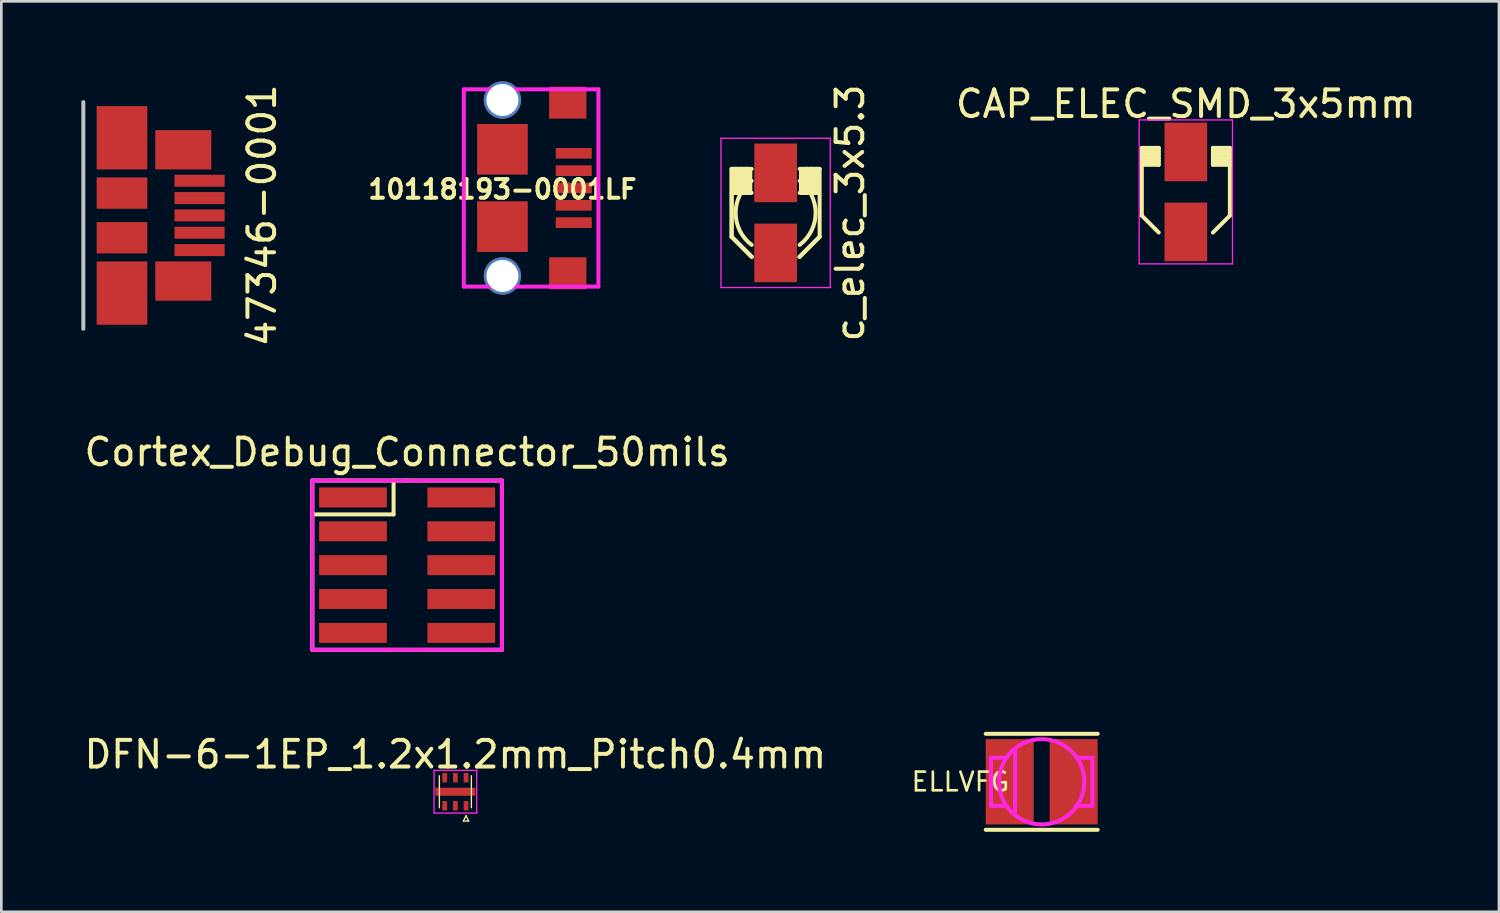
<source format=kicad_pcb>
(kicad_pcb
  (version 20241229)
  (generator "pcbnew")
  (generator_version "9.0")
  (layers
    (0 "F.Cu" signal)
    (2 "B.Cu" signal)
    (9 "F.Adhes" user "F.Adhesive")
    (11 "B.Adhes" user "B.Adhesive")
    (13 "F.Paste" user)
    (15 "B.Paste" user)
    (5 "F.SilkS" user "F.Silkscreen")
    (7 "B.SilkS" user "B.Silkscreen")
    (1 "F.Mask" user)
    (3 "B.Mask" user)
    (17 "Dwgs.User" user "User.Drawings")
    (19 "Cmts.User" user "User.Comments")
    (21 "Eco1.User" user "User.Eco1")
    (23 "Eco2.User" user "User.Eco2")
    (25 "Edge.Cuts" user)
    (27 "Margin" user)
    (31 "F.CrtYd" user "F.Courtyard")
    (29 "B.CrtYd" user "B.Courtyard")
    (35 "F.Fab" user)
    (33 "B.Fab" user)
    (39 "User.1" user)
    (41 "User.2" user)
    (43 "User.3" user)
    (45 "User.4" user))
  (footprint "Cortex_Debug_Connector_50mils"
    (layer "F.Cu")
    (at 12.22 15.608)
    (property "Reference" "Cortex_Debug_Connector_50mils" (at 0 -1.7 0) (layer "F.SilkS") (effects (font (size 1 1) (thickness 0.15))))
    (attr through_hole)
    (fp_line (start -3.556 -0.635) (end -3.556 0.635) (stroke (width 0.15) (type solid)) (layer "F.SilkS"))
    (fp_line (start -3.556 0.635) (end -3.556 5.715) (stroke (width 0.15) (type solid)) (layer "F.SilkS"))
    (fp_line (start -3.556 0.635) (end -0.508 0.635) (stroke (width 0.15) (type solid)) (layer "F.SilkS"))
    (fp_line (start -3.556 5.715) (end 3.556 5.715) (stroke (width 0.15) (type solid)) (layer "F.SilkS"))
    (fp_line (start -0.508 0.635) (end -0.508 -0.635) (stroke (width 0.15) (type solid)) (layer "F.SilkS"))
    (fp_line (start 0 -0.635) (end -3.556 -0.635) (stroke (width 0.15) (type solid)) (layer "F.SilkS"))
    (fp_line (start 3.556 -0.635) (end 0 -0.635) (stroke (width 0.15) (type solid)) (layer "F.SilkS"))
    (fp_line (start 3.556 5.715) (end 3.556 -0.635) (stroke (width 0.15) (type solid)) (layer "F.SilkS"))
    (fp_line (start -3.556 -0.635) (end 3.556 -0.635) (stroke (width 0.15) (type solid)) (layer "F.CrtYd"))
    (fp_line (start -3.556 5.715) (end -3.556 -0.635) (stroke (width 0.15) (type solid)) (layer "F.CrtYd"))
    (fp_line (start 3.556 -0.635) (end 3.556 5.715) (stroke (width 0.15) (type solid)) (layer "F.CrtYd"))
    (fp_line (start 3.556 5.715) (end -3.556 5.715) (stroke (width 0.15) (type solid)) (layer "F.CrtYd"))
    (pad "1" smd rect (at -2.03 0) (size 2.54 0.75) (layers "F.Cu" "F.Mask" "F.Paste"))
    (pad "2" smd rect (at 2.03 0) (size 2.54 0.75) (layers "F.Cu" "F.Mask" "F.Paste"))
    (pad "3" smd rect (at -2.03 1.27) (size 2.54 0.75) (layers "F.Cu" "F.Mask" "F.Paste"))
    (pad "4" smd rect (at 2.03 1.27) (size 2.54 0.75) (layers "F.Cu" "F.Mask" "F.Paste"))
    (pad "5" smd rect (at -2.03 2.54) (size 2.54 0.75) (layers "F.Cu" "F.Mask" "F.Paste"))
    (pad "6" smd rect (at 2.03 2.54) (size 2.54 0.75) (layers "F.Cu" "F.Mask" "F.Paste"))
    (pad "7" smd rect (at -2.03 3.81) (size 2.54 0.75) (layers "F.Cu" "F.Mask" "F.Paste"))
    (pad "8" smd rect (at 2.03 3.81) (size 2.54 0.75) (layers "F.Cu" "F.Mask" "F.Paste"))
    (pad "9" smd rect (at -2.03 5.08) (size 2.54 0.75) (layers "F.Cu" "F.Mask" "F.Paste"))
    (pad "10" smd rect (at 2.03 5.08) (size 2.54 0.75) (layers "F.Cu" "F.Mask" "F.Paste")))
  (footprint "CAP_ELEC_SMD_3x5mm"
    (layer "F.Cu")
    (at 41.428 4.148)
    (property "Reference" "CAP_ELEC_SMD_3x5mm" (at 0 -3.3 0) (layer "F.SilkS") (effects (font (size 1 1) (thickness 0.15))))
    (attr smd)
    (fp_line (start -1.651 -1.651) (end -1.651 0.889) (stroke (width 0.15) (type solid)) (layer "F.SilkS"))
    (fp_line (start -1.651 0.889) (end -1.016 1.524) (stroke (width 0.15) (type solid)) (layer "F.SilkS"))
    (fp_line (start -1.016 -1.651) (end -1.651 -1.651) (stroke (width 0.15) (type solid)) (layer "F.SilkS"))
    (fp_line (start -1.016 -1.651) (end -1.016 -1.016) (stroke (width 0.15) (type solid)) (layer "F.SilkS"))
    (fp_line (start -1.016 -1.524) (end -1.651 -1.524) (stroke (width 0.15) (type solid)) (layer "F.SilkS"))
    (fp_line (start -1.016 -1.397) (end -1.651 -1.397) (stroke (width 0.15) (type solid)) (layer "F.SilkS"))
    (fp_line (start -1.016 -1.27) (end -1.651 -1.27) (stroke (width 0.15) (type solid)) (layer "F.SilkS"))
    (fp_line (start -1.016 -1.143) (end -1.651 -1.143) (stroke (width 0.15) (type solid)) (layer "F.SilkS"))
    (fp_line (start -1.016 -1.016) (end -1.651 -1.016) (stroke (width 0.15) (type solid)) (layer "F.SilkS"))
    (fp_line (start 1.016 -1.651) (end 1.016 -1.016) (stroke (width 0.15) (type solid)) (layer "F.SilkS"))
    (fp_line (start 1.016 -1.651) (end 1.651 -1.651) (stroke (width 0.15) (type solid)) (layer "F.SilkS"))
    (fp_line (start 1.016 -1.524) (end 1.651 -1.524) (stroke (width 0.15) (type solid)) (layer "F.SilkS"))
    (fp_line (start 1.016 -1.27) (end 1.651 -1.27) (stroke (width 0.15) (type solid)) (layer "F.SilkS"))
    (fp_line (start 1.016 -1.016) (end 1.651 -1.016) (stroke (width 0.15) (type solid)) (layer "F.SilkS"))
    (fp_line (start 1.651 -1.397) (end 1.016 -1.397) (stroke (width 0.15) (type solid)) (layer "F.SilkS"))
    (fp_line (start 1.651 -1.143) (end 1.016 -1.143) (stroke (width 0.15) (type solid)) (layer "F.SilkS"))
    (fp_line (start 1.651 0.889) (end 1.016 1.524) (stroke (width 0.15) (type solid)) (layer "F.SilkS"))
    (fp_line (start 1.651 0.889) (end 1.651 -1.651) (stroke (width 0.15) (type solid)) (layer "F.SilkS"))
    (fp_line (start -1.75 -2.7) (end -1.75 2.7) (stroke (width 0.05) (type solid)) (layer "F.CrtYd"))
    (fp_line (start -1.75 2.7) (end 1.75 2.7) (stroke (width 0.05) (type solid)) (layer "F.CrtYd"))
    (fp_line (start 1.75 -2.7) (end -1.75 -2.7) (stroke (width 0.05) (type solid)) (layer "F.CrtYd"))
    (fp_line (start 1.75 2.7) (end 1.75 -2.7) (stroke (width 0.05) (type solid)) (layer "F.CrtYd"))
    (pad "1" smd rect (at 0 1.5 270) (size 2.2 1.6) (layers "F.Cu" "F.Mask" "F.Paste"))
    (pad "2" smd rect (at 0 -1.5 270) (size 2.2 1.6) (layers "F.Cu" "F.Mask" "F.Paste")))
  (footprint "47346-0001"
    (layer "F.Cu")
    (at 1.525 5.03)
    (property "Reference" "47346-0001" (at 5.25 0 90) (layer "F.SilkS") (effects (font (size 1 1) (thickness 0.15))))
    (attr through_hole)
    (fp_line (start -1.45 -4.25) (end -1.45 4.25) (stroke (width 0.15) (type solid)) (layer "Dwgs.User"))
    (pad "1" smd rect (at 2.91 -1.3) (size 1.88 0.45) (layers "F.Cu" "F.Mask" "F.Paste"))
    (pad "2" smd rect (at 2.91 -0.65) (size 1.88 0.45) (layers "F.Cu" "F.Mask" "F.Paste"))
    (pad "3" smd rect (at 2.91 0) (size 1.88 0.45) (layers "F.Cu" "F.Mask" "F.Paste"))
    (pad "4" smd rect (at 2.91 0.65) (size 1.88 0.45) (layers "F.Cu" "F.Mask" "F.Paste"))
    (pad "5" smd rect (at 2.91 1.3) (size 1.88 0.45) (layers "F.Cu" "F.Mask" "F.Paste"))
    (pad "6" smd rect (at 0 -2.913) (size 1.9 2.375) (layers "F.Cu" "F.Mask" "F.Paste"))
    (pad "6" smd rect (at 0 -0.838) (size 1.9 1.175) (layers "F.Cu" "F.Mask" "F.Paste"))
    (pad "6" smd rect (at 0 0.838) (size 1.9 1.175) (layers "F.Cu" "F.Mask" "F.Paste"))
    (pad "6" smd rect (at 0 2.913) (size 1.9 2.375) (layers "F.Cu" "F.Mask" "F.Paste"))
    (pad "6" smd rect (at 2.3 -2.462) (size 2.1 1.475) (layers "F.Cu" "F.Mask" "F.Paste"))
    (pad "6" smd rect (at 2.3 2.462) (size 2.1 1.475) (layers "F.Cu" "F.Mask" "F.Paste")))
  (footprint "10118193-0001LF"
    (layer "F.Cu")
    (at 15.795 4)
    (property "Reference" "10118193-0001LF" (at 0 0.051 180) (layer "F.SilkS") (effects (font (size 0.7 0.7) (thickness 0.15))))
    (attr through_hole)
    (fp_line (start -1.45 -3.7) (end -1.45 3.7) (stroke (width 0.15) (type solid)) (layer "F.CrtYd"))
    (fp_line (start -1.45 -3.7) (end 3.6 -3.7) (stroke (width 0.15) (type solid)) (layer "F.CrtYd"))
    (fp_line (start 3.6 -3.7) (end 3.6 3.7) (stroke (width 0.15) (type solid)) (layer "F.CrtYd"))
    (fp_line (start 3.6 3.7) (end -1.45 3.7) (stroke (width 0.15) (type solid)) (layer "F.CrtYd"))
    (pad "1" smd rect (at 2.675 -1.3) (size 1.35 0.4) (layers "F.Cu" "F.Mask" "F.Paste"))
    (pad "2" smd rect (at 2.675 -0.65) (size 1.35 0.4) (layers "F.Cu" "F.Mask" "F.Paste"))
    (pad "3" smd rect (at 2.675 0) (size 1.35 0.4) (layers "F.Cu" "F.Mask" "F.Paste"))
    (pad "4" smd rect (at 2.675 0.65) (size 1.35 0.4) (layers "F.Cu" "F.Mask" "F.Paste"))
    (pad "5" smd rect (at 2.675 1.3) (size 1.35 0.4) (layers "F.Cu" "F.Mask" "F.Paste"))
    (pad "6" thru_hole circle (at 0 -3.3) (size 1.4 1.4) (drill 1.2) (layers "*.Cu" "*.Mask"))
    (pad "6" smd rect (at 0 -1.45) (size 1.9 1.9) (layers "F.Cu" "F.Mask" "F.Paste"))
    (pad "6" smd rect (at 0 1.45) (size 1.9 1.9) (layers "F.Cu" "F.Mask" "F.Paste"))
    (pad "6" thru_hole circle (at 0 3.3) (size 1.4 1.4) (drill 1.2) (layers "*.Cu" "*.Mask"))
    (pad "6" smd rect (at 2.45 -3.2) (size 1.4 1.2) (layers "F.Cu" "F.Mask" "F.Paste"))
    (pad "6" smd rect (at 2.45 3.2) (size 1.4 1.2) (layers "F.Cu" "F.Mask" "F.Paste")))
  (footprint "ELLVFG"
    (layer "F.Cu")
    (at 36.021 26.273)
    (property "Reference" "ELLVFG" (at -3.048 0 180) (layer "F.SilkS") (effects (font (size 0.7 0.7) (thickness 0.1))))
    (attr smd)
    (fp_line (start -2.1 -1.8) (end 2.1 -1.8) (stroke (width 0.15) (type solid)) (layer "F.SilkS"))
    (fp_line (start -2.1 1.8) (end 2.1 1.8) (stroke (width 0.15) (type solid)) (layer "F.SilkS"))
    (fp_line (start -1.9 -0.9) (end -1.9 0.9) (stroke (width 0.15) (type solid)) (layer "F.CrtYd"))
    (fp_line (start -1.9 0.9) (end -1.3 0.9) (stroke (width 0.15) (type solid)) (layer "F.CrtYd"))
    (fp_line (start -1.3 -0.9) (end -1.9 -0.9) (stroke (width 0.15) (type solid)) (layer "F.CrtYd"))
    (fp_line (start -1 -1.2) (end -1 1.2) (stroke (width 0.15) (type solid)) (layer "F.CrtYd"))
    (fp_line (start 1.3 -0.9) (end 1.9 -0.9) (stroke (width 0.15) (type solid)) (layer "F.CrtYd"))
    (fp_line (start 1.9 -0.9) (end 1.9 0.9) (stroke (width 0.15) (type solid)) (layer "F.CrtYd"))
    (fp_line (start 1.9 0.9) (end 1.3 0.9) (stroke (width 0.15) (type solid)) (layer "F.CrtYd"))
    (fp_circle (center 0 0) (end -1.6 0) (stroke (width 0.15) (type solid)) (fill no) (layer "F.CrtYd"))
    (pad "1" smd trapezoid (at -1.2 0) (size 1.8 3.2) (layers "F.Cu" "F.Mask" "F.Paste"))
    (pad "2" smd trapezoid (at 1.2 0) (size 1.8 3.2) (layers "F.Cu" "F.Mask" "F.Paste")))
  (footprint "DFN-6-1EP_1.2x1.2mm_Pitch0.4mm"
    (layer "F.Cu")
    (at 14.03 26.646)
    (property "Reference" "DFN-6-1EP_1.2x1.2mm_Pitch0.4mm" (at 0 -1.4 180) (layer "F.SilkS") (effects (font (size 1 1) (thickness 0.15))))
    (attr smd)
    (fp_line (start -0.6 0.6) (end -0.6 -0.6) (stroke (width 0.05) (type solid)) (layer "F.SilkS"))
    (fp_line (start 0.3 1.1) (end 0.4 0.9) (stroke (width 0.05) (type solid)) (layer "F.SilkS"))
    (fp_line (start 0.4 0.9) (end 0.5 1.1) (stroke (width 0.05) (type solid)) (layer "F.SilkS"))
    (fp_line (start 0.5 1.1) (end 0.3 1.1) (stroke (width 0.05) (type solid)) (layer "F.SilkS"))
    (fp_line (start 0.6 0.6) (end 0.6 -0.6) (stroke (width 0.05) (type solid)) (layer "F.SilkS"))
    (fp_line (start -0.8 -0.8) (end -0.8 0.8) (stroke (width 0.05) (type solid)) (layer "F.CrtYd"))
    (fp_line (start -0.8 0.8) (end 0.8 0.8) (stroke (width 0.05) (type solid)) (layer "F.CrtYd"))
    (fp_line (start 0.8 -0.8) (end -0.8 -0.8) (stroke (width 0.05) (type solid)) (layer "F.CrtYd"))
    (fp_line (start 0.8 0.8) (end 0.8 -0.8) (stroke (width 0.05) (type solid)) (layer "F.CrtYd"))
    (pad "1" smd rect (at 0.4 0.525 90) (size 0.35 0.18) (layers "F.Cu" "F.Mask" "F.Paste"))
    (pad "2" smd rect (at 0 0.525 90) (size 0.35 0.18) (layers "F.Cu" "F.Mask" "F.Paste"))
    (pad "3" smd rect (at -0.4 0.525 90) (size 0.35 0.18) (layers "F.Cu" "F.Mask" "F.Paste"))
    (pad "4" smd rect (at -0.4 -0.525 90) (size 0.35 0.18) (layers "F.Cu" "F.Mask" "F.Paste"))
    (pad "5" smd rect (at 0 -0.525 90) (size 0.35 0.18) (layers "F.Cu" "F.Mask" "F.Paste"))
    (pad "6" smd rect (at 0.4 -0.525 90) (size 0.35 0.18) (layers "F.Cu" "F.Mask" "F.Paste"))
    (pad "7" smd rect (at 0 0 90) (size 0.3 1.5) (layers "F.Cu" "F.Mask" "F.Paste")))
  (footprint "c_elec_3x5.3"
    (layer "F.Cu")
    (at 26.042 4.935)
    (property "Reference" "c_elec_3x5.3" (at 2.794 0 270) (layer "F.SilkS") (effects (font (size 1 1) (thickness 0.15))))
    (attr smd)
    (fp_line (start -1.651 -1.651) (end -1.651 0.889) (stroke (width 0.15) (type solid)) (layer "F.SilkS"))
    (fp_line (start -1.651 0.889) (end -0.889 1.651) (stroke (width 0.15) (type solid)) (layer "F.SilkS"))
    (fp_line (start -1.65 -1.65) (end -1.65 0.9) (stroke (width 0.15) (type solid)) (layer "F.SilkS"))
    (fp_line (start -1.65 0.9) (end -0.9 1.65) (stroke (width 0.15) (type solid)) (layer "F.SilkS"))
    (fp_line (start -1.55 -1.65) (end -1.55 -0.75) (stroke (width 0.15) (type solid)) (layer "F.SilkS"))
    (fp_line (start -1.45 -1.65) (end -1.55 -1.65) (stroke (width 0.15) (type solid)) (layer "F.SilkS"))
    (fp_line (start -1.45 -0.75) (end -1.45 -1.65) (stroke (width 0.15) (type solid)) (layer "F.SilkS"))
    (fp_line (start -1.35 -1.65) (end -1.35 -0.75) (stroke (width 0.15) (type solid)) (layer "F.SilkS"))
    (fp_line (start -1.35 -0.75) (end -1.45 -0.75) (stroke (width 0.15) (type solid)) (layer "F.SilkS"))
    (fp_line (start -1.25 -1.65) (end -1.35 -1.65) (stroke (width 0.15) (type solid)) (layer "F.SilkS"))
    (fp_line (start -1.25 -0.75) (end -1.25 -1.65) (stroke (width 0.15) (type solid)) (layer "F.SilkS"))
    (fp_line (start -1.15 -1.65) (end -1.15 -0.75) (stroke (width 0.15) (type solid)) (layer "F.SilkS"))
    (fp_line (start -1.15 -0.75) (end -1.25 -0.75) (stroke (width 0.15) (type solid)) (layer "F.SilkS"))
    (fp_line (start -1.05 -1.65) (end -1.15 -1.65) (stroke (width 0.15) (type solid)) (layer "F.SilkS"))
    (fp_line (start -1.05 -0.75) (end -1.05 -1.65) (stroke (width 0.15) (type solid)) (layer "F.SilkS"))
    (fp_line (start -0.95 -1.65) (end -0.95 -0.75) (stroke (width 0.15) (type solid)) (layer "F.SilkS"))
    (fp_line (start -0.95 -0.75) (end -1.05 -0.75) (stroke (width 0.15) (type solid)) (layer "F.SilkS"))
    (fp_line (start -0.9 -1.65) (end -1.65 -1.65) (stroke (width 0.15) (type solid)) (layer "F.SilkS"))
    (fp_line (start -0.9 -0.75) (end -1.65 -0.75) (stroke (width 0.15) (type solid)) (layer "F.SilkS"))
    (fp_line (start 0.889 1.651) (end 1.651 0.889) (stroke (width 0.15) (type solid)) (layer "F.SilkS"))
    (fp_line (start 0.9 -1.65) (end 1.65 -1.65) (stroke (width 0.15) (type solid)) (layer "F.SilkS"))
    (fp_line (start 0.95 -0.75) (end 0.95 -1.65) (stroke (width 0.15) (type solid)) (layer "F.SilkS"))
    (fp_line (start 1 -1.65) (end 1 -0.75) (stroke (width 0.15) (type solid)) (layer "F.SilkS"))
    (fp_line (start 1 -0.75) (end 1.1 -0.75) (stroke (width 0.15) (type solid)) (layer "F.SilkS"))
    (fp_line (start 1.05 -0.75) (end 1.1 -0.75) (stroke (width 0.15) (type solid)) (layer "F.SilkS"))
    (fp_line (start 1.1 -1.65) (end 1.2 -1.65) (stroke (width 0.15) (type solid)) (layer "F.SilkS"))
    (fp_line (start 1.1 -0.75) (end 1.1 -1.65) (stroke (width 0.15) (type solid)) (layer "F.SilkS"))
    (fp_line (start 1.2 -1.65) (end 1.2 -0.75) (stroke (width 0.15) (type solid)) (layer "F.SilkS"))
    (fp_line (start 1.2 -0.75) (end 1.3 -0.75) (stroke (width 0.15) (type solid)) (layer "F.SilkS"))
    (fp_line (start 1.3 -1.65) (end 1.4 -1.65) (stroke (width 0.15) (type solid)) (layer "F.SilkS"))
    (fp_line (start 1.3 -0.75) (end 1.3 -1.65) (stroke (width 0.15) (type solid)) (layer "F.SilkS"))
    (fp_line (start 1.4 -1.65) (end 1.4 -0.75) (stroke (width 0.15) (type solid)) (layer "F.SilkS"))
    (fp_line (start 1.4 -0.75) (end 1.5 -0.75) (stroke (width 0.15) (type solid)) (layer "F.SilkS"))
    (fp_line (start 1.5 -1.65) (end 1.55 -1.65) (stroke (width 0.15) (type solid)) (layer "F.SilkS"))
    (fp_line (start 1.5 -0.75) (end 1.5 -1.65) (stroke (width 0.15) (type solid)) (layer "F.SilkS"))
    (fp_line (start 1.55 -1.65) (end 1.55 -0.75) (stroke (width 0.15) (type solid)) (layer "F.SilkS"))
    (fp_line (start 1.6 -0.75) (end 0.9 -0.75) (stroke (width 0.15) (type solid)) (layer "F.SilkS"))
    (fp_line (start 1.65 -1.65) (end 1.65 0.9) (stroke (width 0.15) (type solid)) (layer "F.SilkS"))
    (fp_line (start 1.65 0.9) (end 0.9 1.65) (stroke (width 0.15) (type solid)) (layer "F.SilkS"))
    (fp_arc (start -0.9 1.2) (mid -1.5 0) (end -0.9 -1.2) (stroke (width 0.15) (type solid)) (layer "F.SilkS"))
    (fp_arc (start 0.9 -1.2) (mid 1.5 0) (end 0.9 1.2) (stroke (width 0.15) (type solid)) (layer "F.SilkS"))
    (fp_line (start -2.05 -2.8) (end -2.05 2.8) (stroke (width 0.05) (type solid)) (layer "F.CrtYd"))
    (fp_line (start -2.05 2.8) (end 2.05 2.8) (stroke (width 0.05) (type solid)) (layer "F.CrtYd"))
    (fp_line (start 2.05 -2.8) (end -2.05 -2.8) (stroke (width 0.05) (type solid)) (layer "F.CrtYd"))
    (fp_line (start 2.05 2.8) (end 2.05 -2.8) (stroke (width 0.05) (type solid)) (layer "F.CrtYd"))
    (pad "1" smd rect (at 0 1.501 270) (size 2.2 1.6) (layers "F.Cu" "F.Mask" "F.Paste"))
    (pad "2" smd rect (at 0 -1.501 270) (size 2.2 1.6) (layers "F.Cu" "F.Mask" "F.Paste")))
  (gr_rect
    (start -3 -3)
    (end 53.172 31.148)
    (stroke (width 0.1) (type default))
    (fill no)
    (layer "Edge.Cuts")))
</source>
